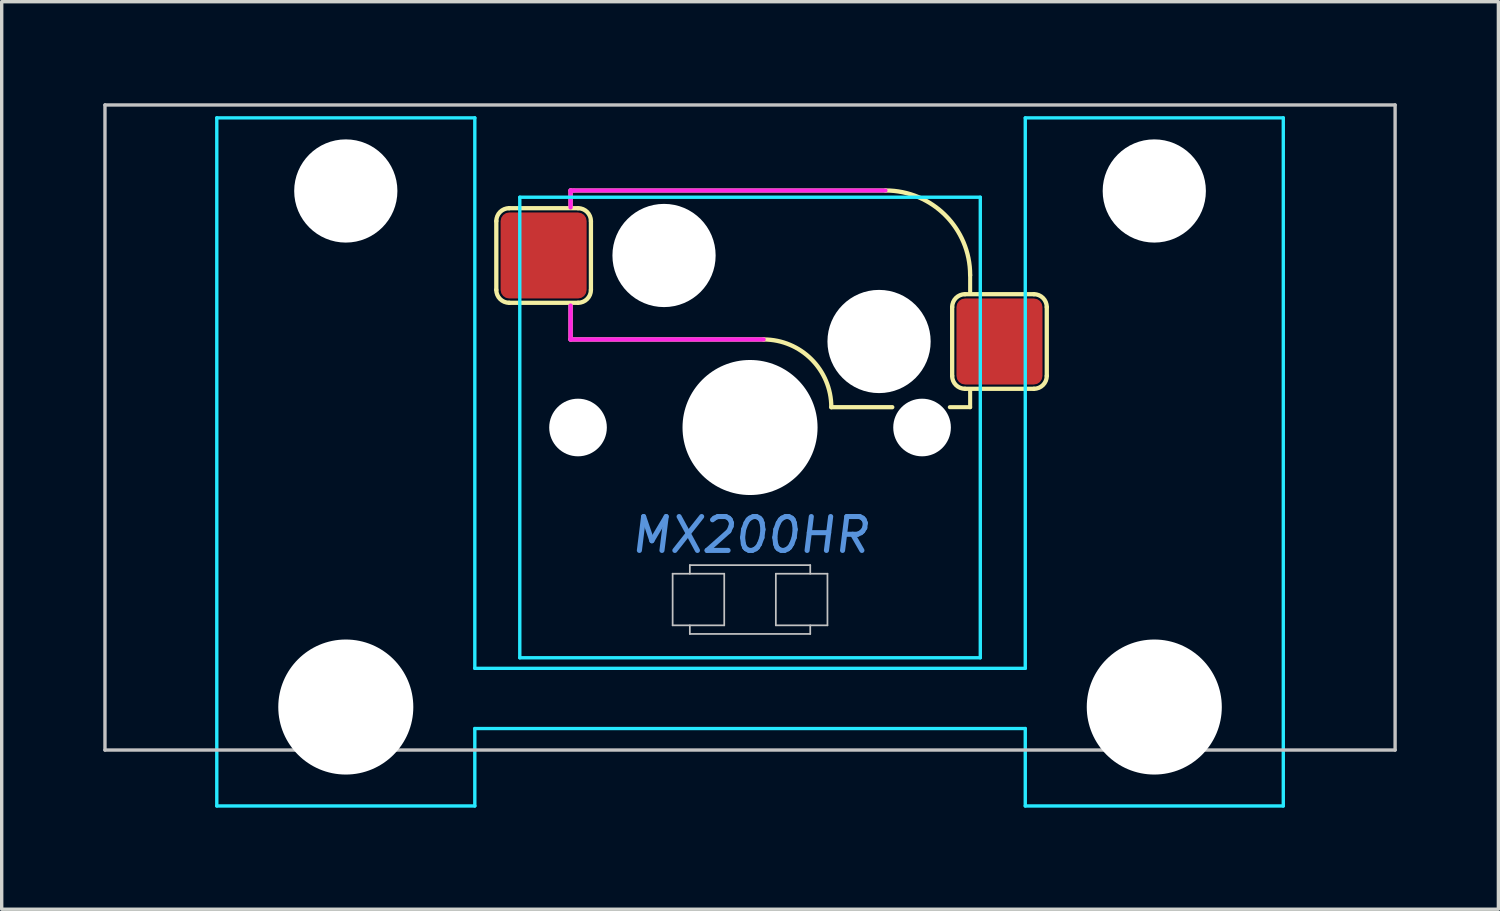
<source format=kicad_pcb>
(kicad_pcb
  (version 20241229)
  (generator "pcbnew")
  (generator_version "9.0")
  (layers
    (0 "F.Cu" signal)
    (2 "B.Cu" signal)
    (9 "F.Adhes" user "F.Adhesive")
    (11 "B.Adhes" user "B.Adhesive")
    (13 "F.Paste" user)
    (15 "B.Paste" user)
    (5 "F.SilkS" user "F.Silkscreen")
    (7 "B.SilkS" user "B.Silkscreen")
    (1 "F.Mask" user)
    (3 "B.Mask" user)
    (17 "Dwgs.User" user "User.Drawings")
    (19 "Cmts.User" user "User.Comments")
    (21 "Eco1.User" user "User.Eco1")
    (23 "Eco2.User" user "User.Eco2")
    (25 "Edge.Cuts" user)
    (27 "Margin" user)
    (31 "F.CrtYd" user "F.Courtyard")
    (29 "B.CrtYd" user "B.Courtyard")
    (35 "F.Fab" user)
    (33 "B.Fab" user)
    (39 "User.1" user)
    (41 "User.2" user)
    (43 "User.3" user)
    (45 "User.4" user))
  (footprint "MX200HR"
    (layer "F.Cu")
    (at 19.1 9.575)
    (property "Reference" "MX200HR" (at 0 3.175 0) (layer "Cmts.User") (effects (font (size 1 1) (thickness 0.15) (italic yes))))
    (attr through_hole)
    (fp_line (start -7.493 -6.096) (end -7.493 -4.064) (stroke (width 0.127) (type solid)) (layer "F.SilkS"))
    (fp_line (start -7.112 -3.683) (end -5.08 -3.683) (stroke (width 0.127) (type solid)) (layer "F.SilkS"))
    (fp_line (start -5.3 -7) (end -5.3 -6.5) (stroke (width 0.127) (type solid)) (layer "F.SilkS"))
    (fp_line (start -5.3 -3.6) (end -5.3 -2.6) (stroke (width 0.127) (type solid)) (layer "F.SilkS"))
    (fp_line (start -5.08 -6.477) (end -7.112 -6.477) (stroke (width 0.127) (type solid)) (layer "F.SilkS"))
    (fp_line (start -4.699 -4.064) (end -4.699 -6.096) (stroke (width 0.127) (type solid)) (layer "F.SilkS"))
    (fp_line (start 0.4 -2.6) (end -5.3 -2.6) (stroke (width 0.127) (type solid)) (layer "F.SilkS"))
    (fp_line (start 4 -7) (end -5.3 -7) (stroke (width 0.12) (type solid)) (layer "F.SilkS"))
    (fp_line (start 4.2 -0.6) (end 2.4 -0.6) (stroke (width 0.127) (type solid)) (layer "F.SilkS"))
    (fp_line (start 5.969 -3.556) (end 5.969 -1.524) (stroke (width 0.127) (type solid)) (layer "F.SilkS"))
    (fp_line (start 6.35 -1.143) (end 8.382 -1.143) (stroke (width 0.127) (type solid)) (layer "F.SilkS"))
    (fp_line (start 6.5 -4.5) (end 6.5 -4) (stroke (width 0.12) (type solid)) (layer "F.SilkS"))
    (fp_line (start 6.5 -1.1) (end 6.5 -0.6) (stroke (width 0.12) (type solid)) (layer "F.SilkS"))
    (fp_line (start 6.5 -0.6) (end 5.9 -0.6) (stroke (width 0.12) (type solid)) (layer "F.SilkS"))
    (fp_line (start 8.382 -3.937) (end 6.35 -3.937) (stroke (width 0.127) (type solid)) (layer "F.SilkS"))
    (fp_line (start 8.763 -1.524) (end 8.763 -3.556) (stroke (width 0.127) (type solid)) (layer "F.SilkS"))
    (fp_arc (start -7.493 -6.096) (mid -7.381408 -6.365408) (end -7.112 -6.477) (stroke (width 0.127) (type solid)) (layer "F.SilkS"))
    (fp_arc (start -7.112 -3.683) (mid -7.381408 -3.794592) (end -7.493 -4.064) (stroke (width 0.127) (type solid)) (layer "F.SilkS"))
    (fp_arc (start -5.08 -6.477) (mid -4.810592 -6.365408) (end -4.699 -6.096) (stroke (width 0.127) (type solid)) (layer "F.SilkS"))
    (fp_arc (start -4.699 -4.064) (mid -4.810592 -3.794592) (end -5.08 -3.683) (stroke (width 0.127) (type solid)) (layer "F.SilkS"))
    (fp_arc (start 0.4 -2.6) (mid 1.814214 -2.014214) (end 2.4 -0.6) (stroke (width 0.127) (type solid)) (layer "F.SilkS"))
    (fp_arc (start 4 -7) (mid 5.767767 -6.267767) (end 6.5 -4.5) (stroke (width 0.127) (type solid)) (layer "F.SilkS"))
    (fp_arc (start 5.969 -3.556) (mid 6.080592 -3.825408) (end 6.35 -3.937) (stroke (width 0.127) (type solid)) (layer "F.SilkS"))
    (fp_arc (start 6.35 -1.143) (mid 6.080592 -1.254592) (end 5.969 -1.524) (stroke (width 0.127) (type solid)) (layer "F.SilkS"))
    (fp_arc (start 8.382 -3.937) (mid 8.651408 -3.825408) (end 8.763 -3.556) (stroke (width 0.127) (type solid)) (layer "F.SilkS"))
    (fp_arc (start 8.763 -1.524) (mid 8.651408 -1.254592) (end 8.382 -1.143) (stroke (width 0.127) (type solid)) (layer "F.SilkS"))
    (fp_line (start -19.05 -9.525) (end -19.05 9.525) (stroke (width 0.1) (type solid)) (layer "Dwgs.User"))
    (fp_line (start -19.05 -9.525) (end 19.05 -9.525) (stroke (width 0.1) (type solid)) (layer "Dwgs.User"))
    (fp_line (start -19.05 9.525) (end 19.05 9.525) (stroke (width 0.1) (type solid)) (layer "Dwgs.User"))
    (fp_line (start -2.286 4.318) (end -0.762 4.318) (stroke (width 0.051) (type solid)) (layer "Dwgs.User"))
    (fp_line (start -2.286 5.842) (end -2.286 4.318) (stroke (width 0.051) (type solid)) (layer "Dwgs.User"))
    (fp_line (start -1.778 4.064) (end 1.778 4.064) (stroke (width 0.051) (type solid)) (layer "Dwgs.User"))
    (fp_line (start -1.778 4.318) (end -1.778 4.064) (stroke (width 0.051) (type solid)) (layer "Dwgs.User"))
    (fp_line (start -1.778 6.096) (end -1.778 5.842) (stroke (width 0.051) (type solid)) (layer "Dwgs.User"))
    (fp_line (start -0.762 4.318) (end -0.762 5.842) (stroke (width 0.051) (type solid)) (layer "Dwgs.User"))
    (fp_line (start -0.762 5.842) (end -2.286 5.842) (stroke (width 0.051) (type solid)) (layer "Dwgs.User"))
    (fp_line (start 0.762 4.318) (end 2.286 4.318) (stroke (width 0.051) (type solid)) (layer "Dwgs.User"))
    (fp_line (start 0.762 5.842) (end 0.762 4.318) (stroke (width 0.051) (type solid)) (layer "Dwgs.User"))
    (fp_line (start 1.778 4.064) (end 1.778 4.318) (stroke (width 0.051) (type solid)) (layer "Dwgs.User"))
    (fp_line (start 1.778 5.842) (end 1.778 6.096) (stroke (width 0.051) (type solid)) (layer "Dwgs.User"))
    (fp_line (start 1.778 6.096) (end -1.778 6.096) (stroke (width 0.051) (type solid)) (layer "Dwgs.User"))
    (fp_line (start 2.286 4.318) (end 2.286 5.842) (stroke (width 0.051) (type solid)) (layer "Dwgs.User"))
    (fp_line (start 2.286 5.842) (end 0.762 5.842) (stroke (width 0.051) (type solid)) (layer "Dwgs.User"))
    (fp_line (start 19.05 -9.525) (end 19.05 9.525) (stroke (width 0.1) (type solid)) (layer "Dwgs.User"))
    (fp_line (start -15.748 -9.144) (end -15.748 11.176) (stroke (width 0.1) (type solid)) (layer "B.CrtYd"))
    (fp_line (start -15.748 11.176) (end -8.128 11.176) (stroke (width 0.1) (type solid)) (layer "B.CrtYd"))
    (fp_line (start -8.128 -9.144) (end -15.748 -9.144) (stroke (width 0.1) (type solid)) (layer "B.CrtYd"))
    (fp_line (start -8.128 7.112) (end -8.128 -9.144) (stroke (width 0.1) (type solid)) (layer "B.CrtYd"))
    (fp_line (start -8.128 7.112) (end 8.128 7.112) (stroke (width 0.1) (type solid)) (layer "B.CrtYd"))
    (fp_line (start -8.128 8.89) (end -8.128 11.176) (stroke (width 0.1) (type solid)) (layer "B.CrtYd"))
    (fp_line (start -8.128 8.89) (end 8.128 8.89) (stroke (width 0.1) (type solid)) (layer "B.CrtYd"))
    (fp_line (start -6.8 -6.8) (end -6.8 6.8) (stroke (width 0.1) (type solid)) (layer "B.CrtYd"))
    (fp_line (start 6.8 -6.8) (end -6.8 -6.8) (stroke (width 0.1) (type solid)) (layer "B.CrtYd"))
    (fp_line (start 6.8 -6.8) (end 6.8 6.8) (stroke (width 0.1) (type solid)) (layer "B.CrtYd"))
    (fp_line (start 6.8 6.8) (end -6.8 6.8) (stroke (width 0.1) (type solid)) (layer "B.CrtYd"))
    (fp_line (start 8.128 7.112) (end 8.128 -9.142) (stroke (width 0.1) (type solid)) (layer "B.CrtYd"))
    (fp_line (start 8.128 8.89) (end 8.128 11.176) (stroke (width 0.1) (type solid)) (layer "B.CrtYd"))
    (fp_line (start 8.128 11.176) (end 15.748 11.176) (stroke (width 0.1) (type solid)) (layer "B.CrtYd"))
    (fp_line (start 15.748 -9.144) (end 8.128 -9.144) (stroke (width 0.1) (type solid)) (layer "B.CrtYd"))
    (fp_line (start 15.748 11.176) (end 15.748 -9.144) (stroke (width 0.1) (type solid)) (layer "B.CrtYd"))
    (fp_line (start -5.3 -7) (end -5.3 -6.5) (stroke (width 0.127) (type solid)) (layer "F.CrtYd"))
    (fp_line (start -5.3 -3.6) (end -5.3 -2.6) (stroke (width 0.127) (type solid)) (layer "F.CrtYd"))
    (fp_line (start -5.2 -7) (end -5.3 -7) (stroke (width 0.12) (type solid)) (layer "F.CrtYd"))
    (fp_line (start 0.4 -2.6) (end -5.3 -2.6) (stroke (width 0.127) (type solid)) (layer "F.CrtYd"))
    (fp_line (start 4 -7) (end -5.2 -7) (stroke (width 0.12) (type solid)) (layer "F.CrtYd"))
    (pad "" np_thru_hole circle (at -11.938 -6.985) (size 3.048 3.048) (drill 3.048) (layers "*.Cu" "*.Mask"))
    (pad "" np_thru_hole circle (at -11.938 8.255) (size 3.988 3.988) (drill 3.988) (layers "*.Cu" "*.Mask"))
    (pad "" np_thru_hole circle (at -5.08 0) (size 1.702 1.702) (drill 1.702) (layers "*.Cu" "*.Mask"))
    (pad "" np_thru_hole circle (at -2.54 -5.08) (size 3.048 3.048) (drill 3.048) (layers "*.Cu" "*.Mask"))
    (pad "" np_thru_hole circle (at 0 0) (size 3.988 3.988) (drill 3.988) (layers "*.Cu" "*.Mask"))
    (pad "" np_thru_hole circle (at 3.81 -2.54) (size 3.048 3.048) (drill 3.048) (layers "*.Cu" "*.Mask"))
    (pad "" np_thru_hole circle (at 5.08 0) (size 1.702 1.702) (drill 1.702) (layers "*.Cu" "*.Mask"))
    (pad "" np_thru_hole circle (at 11.938 -6.985) (size 3.048 3.048) (drill 3.048) (layers "*.Cu" "*.Mask"))
    (pad "" np_thru_hole circle (at 11.938 8.255) (size 3.988 3.988) (drill 3.988) (layers "*.Cu" "*.Mask"))
    (pad "1" smd roundrect (at -6.096 -5.08) (size 2.54 2.54) (layers "F.Cu" "F.Mask") (roundrect_rratio 0.1))
    (pad "2" smd roundrect (at 7.366 -2.54) (size 2.54 2.54) (layers "F.Cu" "F.Mask") (roundrect_rratio 0.1)))
  (gr_rect
    (start -3 -3)
    (end 41.2 23.801)
    (stroke (width 0.1) (type default))
    (fill no)
    (layer "Edge.Cuts")))
</source>
